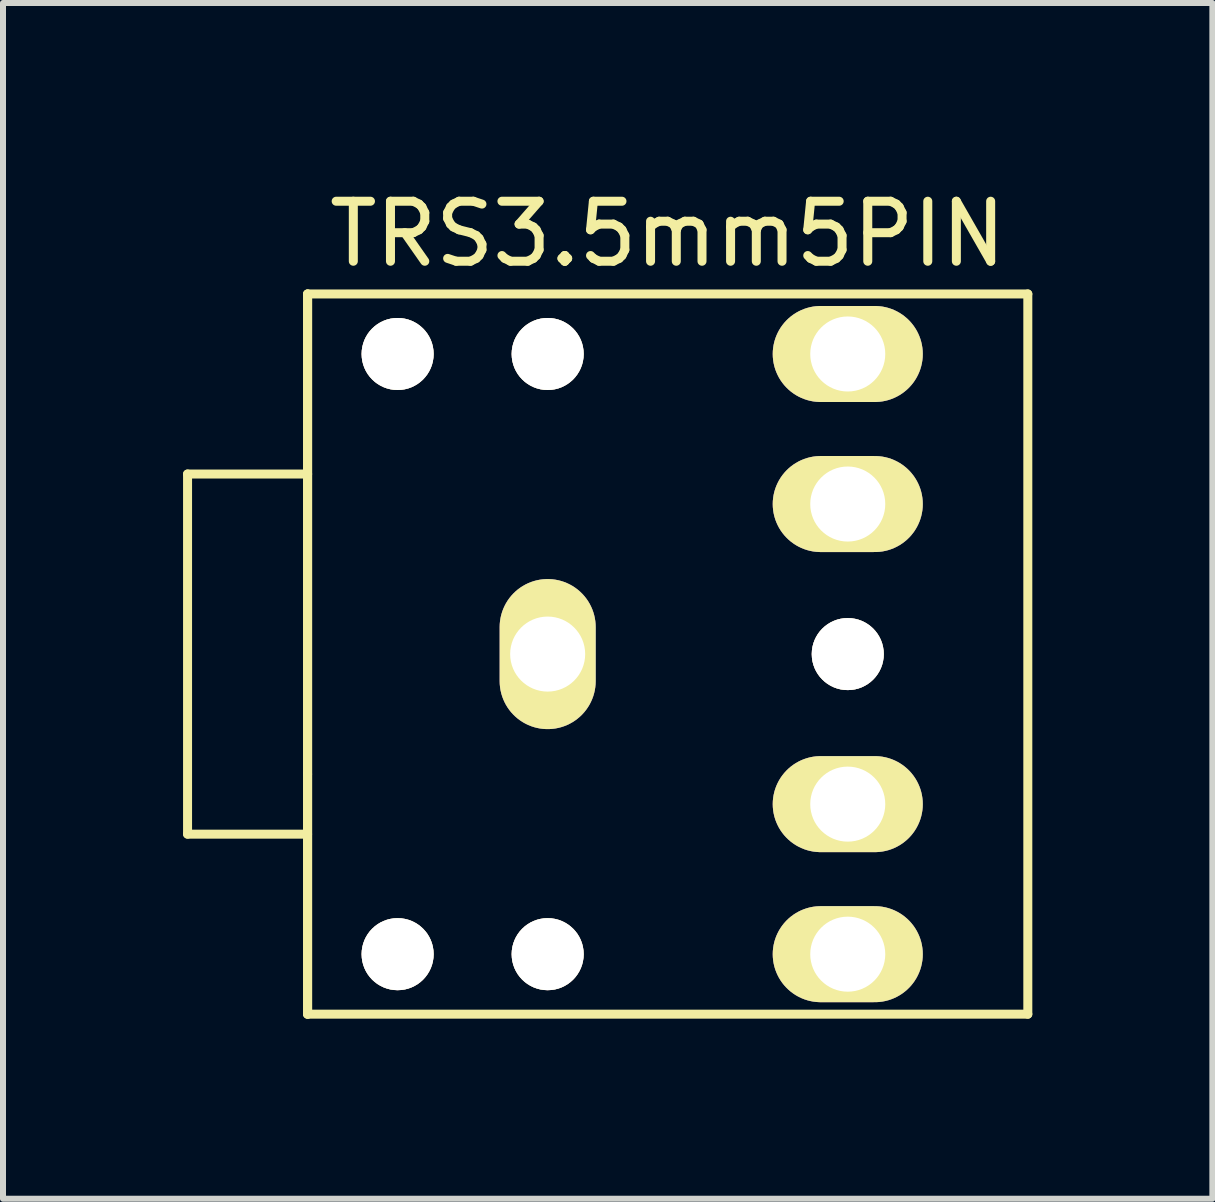
<source format=kicad_pcb>
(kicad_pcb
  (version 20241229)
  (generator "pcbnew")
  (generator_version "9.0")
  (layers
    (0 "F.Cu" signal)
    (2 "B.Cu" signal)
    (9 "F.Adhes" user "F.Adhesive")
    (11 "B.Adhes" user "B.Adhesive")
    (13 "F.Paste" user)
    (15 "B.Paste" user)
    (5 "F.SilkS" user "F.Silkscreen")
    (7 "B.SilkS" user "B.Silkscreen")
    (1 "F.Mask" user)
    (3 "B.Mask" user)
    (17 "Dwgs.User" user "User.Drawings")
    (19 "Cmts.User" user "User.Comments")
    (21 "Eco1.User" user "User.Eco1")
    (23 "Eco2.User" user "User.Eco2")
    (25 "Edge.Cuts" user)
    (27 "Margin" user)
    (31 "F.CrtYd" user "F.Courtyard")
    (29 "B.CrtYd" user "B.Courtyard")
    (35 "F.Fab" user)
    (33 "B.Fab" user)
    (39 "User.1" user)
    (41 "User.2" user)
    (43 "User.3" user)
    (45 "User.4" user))
  (footprint "TRS3.5mm5PIN"
    (layer "F.Cu")
    (at 8.075 7.848)
    (property "Reference" "TRS3.5mm5PIN" (at 0 -7 0) (layer "F.SilkS") (effects (font (size 1 1) (thickness 0.15))))
    (attr through_hole)
    (fp_line (start -8 -3) (end -8 3) (stroke (width 0.15) (type solid)) (layer "F.SilkS"))
    (fp_line (start -8 -3) (end -6 -3) (stroke (width 0.15) (type solid)) (layer "F.SilkS"))
    (fp_line (start -6 -6) (end -6 6) (stroke (width 0.15) (type solid)) (layer "F.SilkS"))
    (fp_line (start -6 -6) (end 6 -6) (stroke (width 0.15) (type solid)) (layer "F.SilkS"))
    (fp_line (start -6 -3) (end -6 -6) (stroke (width 0.15) (type solid)) (layer "F.SilkS"))
    (fp_line (start -6 -3) (end -6 2) (stroke (width 0.15) (type solid)) (layer "F.SilkS"))
    (fp_line (start -6 3) (end -8 3) (stroke (width 0.15) (type solid)) (layer "F.SilkS"))
    (fp_line (start -6 6) (end -6 2) (stroke (width 0.15) (type solid)) (layer "F.SilkS"))
    (fp_line (start 6 -6) (end 6 6) (stroke (width 0.15) (type solid)) (layer "F.SilkS"))
    (fp_line (start 6 6) (end -6 6) (stroke (width 0.15) (type solid)) (layer "F.SilkS"))
    (pad "" thru_hole circle (at -4.5 -5) (size 1.2 1.2) (drill 1.2) (layers "*.Cu" "*.Mask" "F.SilkS"))
    (pad "" thru_hole circle (at -4.5 5) (size 1.2 1.2) (drill 1.2) (layers "*.Cu" "*.Mask" "F.SilkS"))
    (pad "" thru_hole circle (at -2 -5) (size 1.2 1.2) (drill 1.2) (layers "*.Cu" "*.Mask" "F.SilkS"))
    (pad "" thru_hole circle (at -2 5) (size 1.2 1.2) (drill 1.2) (layers "*.Cu" "*.Mask" "F.SilkS"))
    (pad "" thru_hole circle (at 3 0) (size 1.2 1.2) (drill 1.2) (layers "*.Cu" "*.Mask" "F.SilkS"))
    (pad "1" thru_hole oval (at -2 0 90) (size 2.5 1.6) (drill 1.25) (layers "*.Cu" "*.Mask" "F.SilkS"))
    (pad "2" thru_hole oval (at 3 5) (size 2.5 1.6) (drill 1.25) (layers "*.Cu" "*.Mask" "F.SilkS"))
    (pad "3" thru_hole oval (at 3 -5) (size 2.5 1.6) (drill 1.25) (layers "*.Cu" "*.Mask" "F.SilkS"))
    (pad "4" thru_hole oval (at 3 -2.5) (size 2.5 1.6) (drill 1.25) (layers "*.Cu" "*.Mask" "F.SilkS"))
    (pad "5" thru_hole oval (at 3 2.5) (size 2.5 1.6) (drill 1.25) (layers "*.Cu" "*.Mask" "F.SilkS")))
  (gr_rect
    (start -3 -3)
    (end 17.15 16.923)
    (stroke (width 0.1) (type default))
    (fill no)
    (layer "Edge.Cuts")))
</source>
